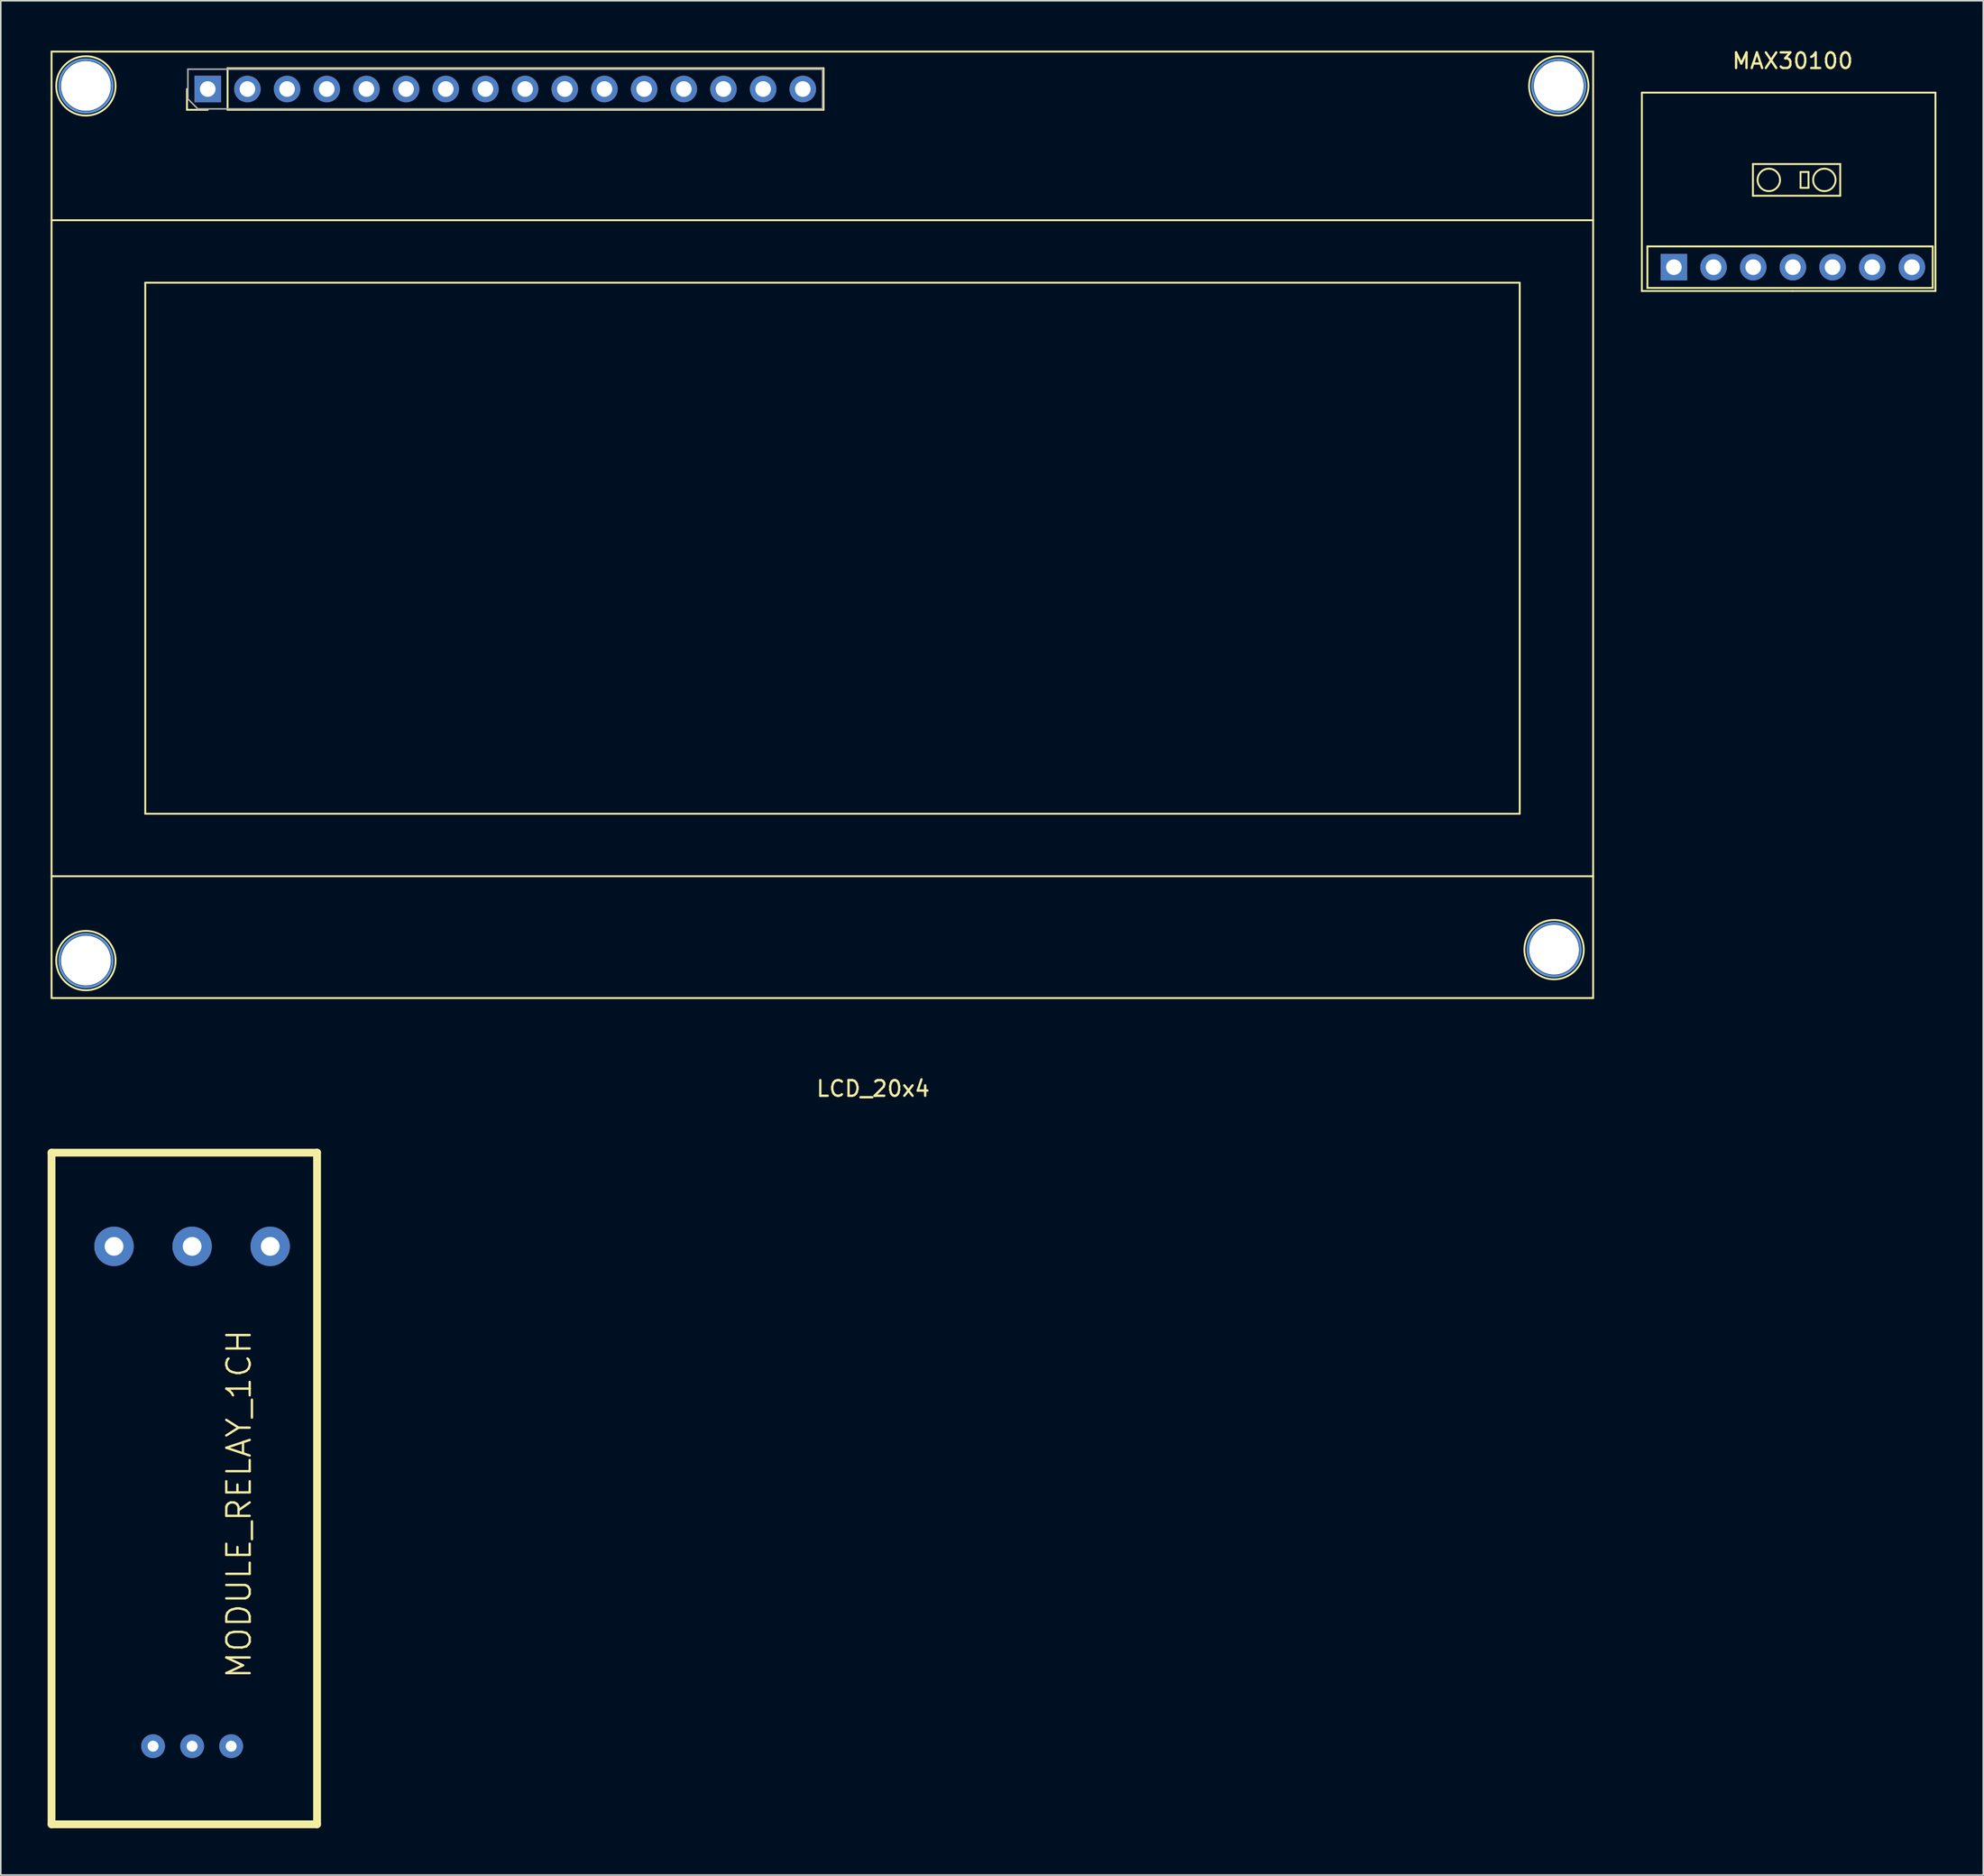
<source format=kicad_pcb>
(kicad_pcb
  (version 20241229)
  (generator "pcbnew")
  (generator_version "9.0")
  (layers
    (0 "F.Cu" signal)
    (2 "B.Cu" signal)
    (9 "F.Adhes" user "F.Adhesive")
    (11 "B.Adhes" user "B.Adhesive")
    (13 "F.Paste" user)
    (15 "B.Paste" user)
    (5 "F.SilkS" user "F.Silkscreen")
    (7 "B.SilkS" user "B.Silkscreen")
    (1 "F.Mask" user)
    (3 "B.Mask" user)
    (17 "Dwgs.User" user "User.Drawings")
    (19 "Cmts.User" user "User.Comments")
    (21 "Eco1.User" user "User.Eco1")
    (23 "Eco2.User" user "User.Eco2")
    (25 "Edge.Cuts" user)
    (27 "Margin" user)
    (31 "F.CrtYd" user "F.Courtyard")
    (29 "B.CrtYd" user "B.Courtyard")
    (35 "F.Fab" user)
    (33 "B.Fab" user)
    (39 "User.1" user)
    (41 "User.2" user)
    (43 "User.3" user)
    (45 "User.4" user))
  (footprint "MODULE_RELAY_1CH"
    (layer "F.Cu")
    (at 4.25 76.748)
    (property "Reference" "MODULE_RELAY_1CH" (at 8 16.5 90) (layer "F.SilkS") (effects (font (size 1.5 1.5) (thickness 0.15))))
    (attr through_hole)
    (fp_line (start -4 -6) (end -4 37) (stroke (width 0.5) (type solid)) (layer "F.SilkS"))
    (fp_line (start -4 37) (end 13 37) (stroke (width 0.5) (type solid)) (layer "F.SilkS"))
    (fp_line (start 13 -6) (end -4 -6) (stroke (width 0.5) (type solid)) (layer "F.SilkS"))
    (fp_line (start 13 37) (end 13 -6) (stroke (width 0.5) (type solid)) (layer "F.SilkS"))
    (pad "1" thru_hole circle (at 0 0) (size 2.524 2.524) (drill 1.2) (layers "*.Cu" "*.Mask"))
    (pad "2" thru_hole circle (at 5 0) (size 2.524 2.524) (drill 1.2) (layers "*.Cu" "*.Mask"))
    (pad "3" thru_hole circle (at 10 0) (size 2.524 2.524) (drill 1.2) (layers "*.Cu" "*.Mask"))
    (pad "4" thru_hole circle (at 2.5 32) (size 1.524 1.524) (drill 0.7) (layers "*.Cu" "*.Mask"))
    (pad "5" thru_hole circle (at 5 32) (size 1.524 1.524) (drill 0.7) (layers "*.Cu" "*.Mask"))
    (pad "6" thru_hole circle (at 7.5 32) (size 1.524 1.524) (drill 0.7) (layers "*.Cu" "*.Mask")))
  (footprint "LCD_20x4"
    (layer "F.Cu")
    (at 0.25 0.25)
    (property "Reference" "LCD_20x4" (at 52.6 66.4 0) (layer "F.SilkS") (effects (font (size 1 1) (thickness 0.15))))
    (attr through_hole)
    (fp_line (start 0 0) (end 98.7 0) (stroke (width 0.12) (type solid)) (layer "F.SilkS"))
    (fp_line (start 0 10.8) (end 98.7 10.8) (stroke (width 0.12) (type solid)) (layer "F.SilkS"))
    (fp_line (start 0 52.8) (end 98.7 52.8) (stroke (width 0.12) (type solid)) (layer "F.SilkS"))
    (fp_line (start 0 60.6) (end 0 0) (stroke (width 0.12) (type solid)) (layer "F.SilkS"))
    (fp_line (start 6 14.8) (end 6 48.8) (stroke (width 0.12) (type solid)) (layer "F.SilkS"))
    (fp_line (start 6 48.8) (end 94 48.8) (stroke (width 0.12) (type solid)) (layer "F.SilkS"))
    (fp_line (start 8.67 3.73) (end 8.67 2.4) (stroke (width 0.12) (type solid)) (layer "F.SilkS"))
    (fp_line (start 10 3.73) (end 8.67 3.73) (stroke (width 0.12) (type solid)) (layer "F.SilkS"))
    (fp_line (start 11.27 1.07) (end 49.43 1.07) (stroke (width 0.12) (type solid)) (layer "F.SilkS"))
    (fp_line (start 11.27 3.73) (end 11.27 1.07) (stroke (width 0.12) (type solid)) (layer "F.SilkS"))
    (fp_line (start 11.27 3.73) (end 49.43 3.73) (stroke (width 0.12) (type solid)) (layer "F.SilkS"))
    (fp_line (start 49.43 3.73) (end 49.43 1.07) (stroke (width 0.12) (type solid)) (layer "F.SilkS"))
    (fp_line (start 94 14.8) (end 6 14.8) (stroke (width 0.12) (type solid)) (layer "F.SilkS"))
    (fp_line (start 94 48.8) (end 94 14.8) (stroke (width 0.12) (type solid)) (layer "F.SilkS"))
    (fp_line (start 98.7 0) (end 98.7 60.6) (stroke (width 0.12) (type solid)) (layer "F.SilkS"))
    (fp_line (start 98.7 60.6) (end 0 60.6) (stroke (width 0.12) (type solid)) (layer "F.SilkS"))
    (fp_circle (center 2.2 2.2) (end 0.3 2.2) (stroke (width 0.12) (type solid)) (fill no) (layer "F.SilkS"))
    (fp_circle (center 2.2 58.2) (end 0.3 58.2) (stroke (width 0.12) (type solid)) (fill no) (layer "F.SilkS"))
    (fp_circle (center 96.2 57.5) (end 94.3 57.5) (stroke (width 0.12) (type solid)) (fill no) (layer "F.SilkS"))
    (fp_circle (center 96.5 2.2) (end 94.6 2.2) (stroke (width 0.12) (type solid)) (fill no) (layer "F.SilkS"))
    (fp_circle (center 2.2 2.2) (end 3.9 2.2) (stroke (width 0.15) (type solid)) (fill no) (layer "Cmts.User"))
    (fp_circle (center 2.2 58.2) (end 3.9 58.2) (stroke (width 0.15) (type solid)) (fill no) (layer "Cmts.User"))
    (fp_circle (center 96.2 57.5) (end 97.9 57.5) (stroke (width 0.15) (type solid)) (fill no) (layer "Cmts.User"))
    (fp_circle (center 96.5 2.2) (end 98.2 2.2) (stroke (width 0.15) (type solid)) (fill no) (layer "Cmts.User"))
    (fp_line (start 8.73 1.13) (end 49.37 1.13) (stroke (width 0.1) (type solid)) (layer "F.Fab"))
    (fp_line (start 8.73 3.035) (end 8.73 1.13) (stroke (width 0.1) (type solid)) (layer "F.Fab"))
    (fp_line (start 9.365 3.67) (end 8.73 3.035) (stroke (width 0.1) (type solid)) (layer "F.Fab"))
    (fp_line (start 49.37 1.13) (end 49.37 3.67) (stroke (width 0.1) (type solid)) (layer "F.Fab"))
    (fp_line (start 49.37 3.67) (end 9.365 3.67) (stroke (width 0.1) (type solid)) (layer "F.Fab"))
    (pad "" np_thru_hole circle (at 2.2 2.2) (size 3.2 3.2) (drill 3.2) (layers "*.Cu" "*.Mask"))
    (pad "" np_thru_hole circle (at 2.2 58.2) (size 3.2 3.2) (drill 3.2) (layers "*.Cu" "*.Mask"))
    (pad "" np_thru_hole circle (at 96.2 57.5) (size 3.2 3.2) (drill 3.2) (layers "*.Cu" "*.Mask"))
    (pad "" np_thru_hole circle (at 96.5 2.2) (size 3.2 3.2) (drill 3.2) (layers "*.Cu" "*.Mask"))
    (pad "1" thru_hole rect (at 10 2.4 90) (size 1.7 1.7) (drill 1) (layers "*.Cu" "*.Mask"))
    (pad "2" thru_hole oval (at 12.54 2.4 90) (size 1.7 1.7) (drill 1) (layers "*.Cu" "*.Mask"))
    (pad "3" thru_hole oval (at 15.08 2.4 90) (size 1.7 1.7) (drill 1) (layers "*.Cu" "*.Mask"))
    (pad "4" thru_hole oval (at 17.62 2.4 90) (size 1.7 1.7) (drill 1) (layers "*.Cu" "*.Mask"))
    (pad "5" thru_hole oval (at 20.16 2.4 90) (size 1.7 1.7) (drill 1) (layers "*.Cu" "*.Mask"))
    (pad "6" thru_hole oval (at 22.7 2.4 90) (size 1.7 1.7) (drill 1) (layers "*.Cu" "*.Mask"))
    (pad "7" thru_hole oval (at 25.24 2.4 90) (size 1.7 1.7) (drill 1) (layers "*.Cu" "*.Mask"))
    (pad "8" thru_hole oval (at 27.78 2.4 90) (size 1.7 1.7) (drill 1) (layers "*.Cu" "*.Mask"))
    (pad "9" thru_hole oval (at 30.32 2.4 90) (size 1.7 1.7) (drill 1) (layers "*.Cu" "*.Mask"))
    (pad "10" thru_hole oval (at 32.86 2.4 90) (size 1.7 1.7) (drill 1) (layers "*.Cu" "*.Mask"))
    (pad "11" thru_hole oval (at 35.4 2.4 90) (size 1.7 1.7) (drill 1) (layers "*.Cu" "*.Mask"))
    (pad "12" thru_hole oval (at 37.94 2.4 90) (size 1.7 1.7) (drill 1) (layers "*.Cu" "*.Mask"))
    (pad "13" thru_hole oval (at 40.48 2.4 90) (size 1.7 1.7) (drill 1) (layers "*.Cu" "*.Mask"))
    (pad "14" thru_hole oval (at 43.02 2.4 90) (size 1.7 1.7) (drill 1) (layers "*.Cu" "*.Mask"))
    (pad "15" thru_hole oval (at 45.56 2.4 90) (size 1.7 1.7) (drill 1) (layers "*.Cu" "*.Mask"))
    (pad "16" thru_hole oval (at 48.1 2.4 90) (size 1.7 1.7) (drill 1) (layers "*.Cu" "*.Mask")))
  (footprint "MAX30100"
    (layer "F.Cu")
    (at 111.722 14.056)
    (property "Reference" "MAX30100" (at 0 -13.208 180) (layer "F.SilkS") (effects (font (size 1 1) (thickness 0.15))))
    (attr through_hole)
    (fp_line (start -9.652 -11.176) (end 9.144 -11.176) (stroke (width 0.12) (type solid)) (layer "F.SilkS"))
    (fp_line (start -9.652 1.524) (end -9.652 -11.176) (stroke (width 0.12) (type solid)) (layer "F.SilkS"))
    (fp_line (start -9.296 -1.33) (end 8.968 -1.33) (stroke (width 0.12) (type solid)) (layer "F.SilkS"))
    (fp_line (start -9.296 1.33) (end -9.296 -1.33) (stroke (width 0.12) (type solid)) (layer "F.SilkS"))
    (fp_line (start -9.296 1.33) (end 8.968 1.33) (stroke (width 0.12) (type solid)) (layer "F.SilkS"))
    (fp_line (start -2.54 -6.604) (end -2.54 -4.572) (stroke (width 0.12) (type solid)) (layer "F.SilkS"))
    (fp_line (start -2.54 -4.572) (end 3.048 -4.572) (stroke (width 0.12) (type solid)) (layer "F.SilkS"))
    (fp_line (start 0 1.524) (end -9.652 1.524) (stroke (width 0.12) (type solid)) (layer "F.SilkS"))
    (fp_line (start 0.508 -6.096) (end 0.508 -5.08) (stroke (width 0.12) (type solid)) (layer "F.SilkS"))
    (fp_line (start 0.508 -5.08) (end 1.016 -5.08) (stroke (width 0.12) (type solid)) (layer "F.SilkS"))
    (fp_line (start 1.016 -6.096) (end 0.508 -6.096) (stroke (width 0.12) (type solid)) (layer "F.SilkS"))
    (fp_line (start 1.016 -5.08) (end 1.016 -6.096) (stroke (width 0.12) (type solid)) (layer "F.SilkS"))
    (fp_line (start 3.048 -6.604) (end -2.54 -6.604) (stroke (width 0.12) (type solid)) (layer "F.SilkS"))
    (fp_line (start 3.048 -4.572) (end 3.048 -6.604) (stroke (width 0.12) (type solid)) (layer "F.SilkS"))
    (fp_line (start 8.968 1.33) (end 8.968 -1.33) (stroke (width 0.12) (type solid)) (layer "F.SilkS"))
    (fp_line (start 9.144 -11.176) (end 9.144 1.524) (stroke (width 0.12) (type solid)) (layer "F.SilkS"))
    (fp_line (start 9.144 1.524) (end 0 1.524) (stroke (width 0.12) (type solid)) (layer "F.SilkS"))
    (fp_circle (center -1.524 -5.588) (end -1.016 -5.08) (stroke (width 0.12) (type solid)) (fill no) (layer "F.SilkS"))
    (fp_circle (center 2.032 -5.588) (end 2.54 -5.08) (stroke (width 0.12) (type solid)) (fill no) (layer "F.SilkS"))
    (pad "1" thru_hole rect (at -7.602 0 90) (size 1.7 1.7) (drill 1) (layers "*.Cu" "*.Mask"))
    (pad "2" thru_hole oval (at -5.062 0 90) (size 1.7 1.7) (drill 1) (layers "*.Cu" "*.Mask"))
    (pad "3" thru_hole oval (at -2.522 0 90) (size 1.7 1.7) (drill 1) (layers "*.Cu" "*.Mask"))
    (pad "4" thru_hole oval (at 0.018 0 90) (size 1.7 1.7) (drill 1) (layers "*.Cu" "*.Mask"))
    (pad "5" thru_hole oval (at 2.558 0 90) (size 1.7 1.7) (drill 1) (layers "*.Cu" "*.Mask"))
    (pad "6" thru_hole oval (at 5.098 0 90) (size 1.7 1.7) (drill 1) (layers "*.Cu" "*.Mask"))
    (pad "7" thru_hole oval (at 7.638 0 90) (size 1.7 1.7) (drill 1) (layers "*.Cu" "*.Mask")))
  (gr_rect
    (start -3 -3)
    (end 123.926 116.998)
    (stroke (width 0.1) (type default))
    (fill no)
    (layer "Edge.Cuts")))
</source>
